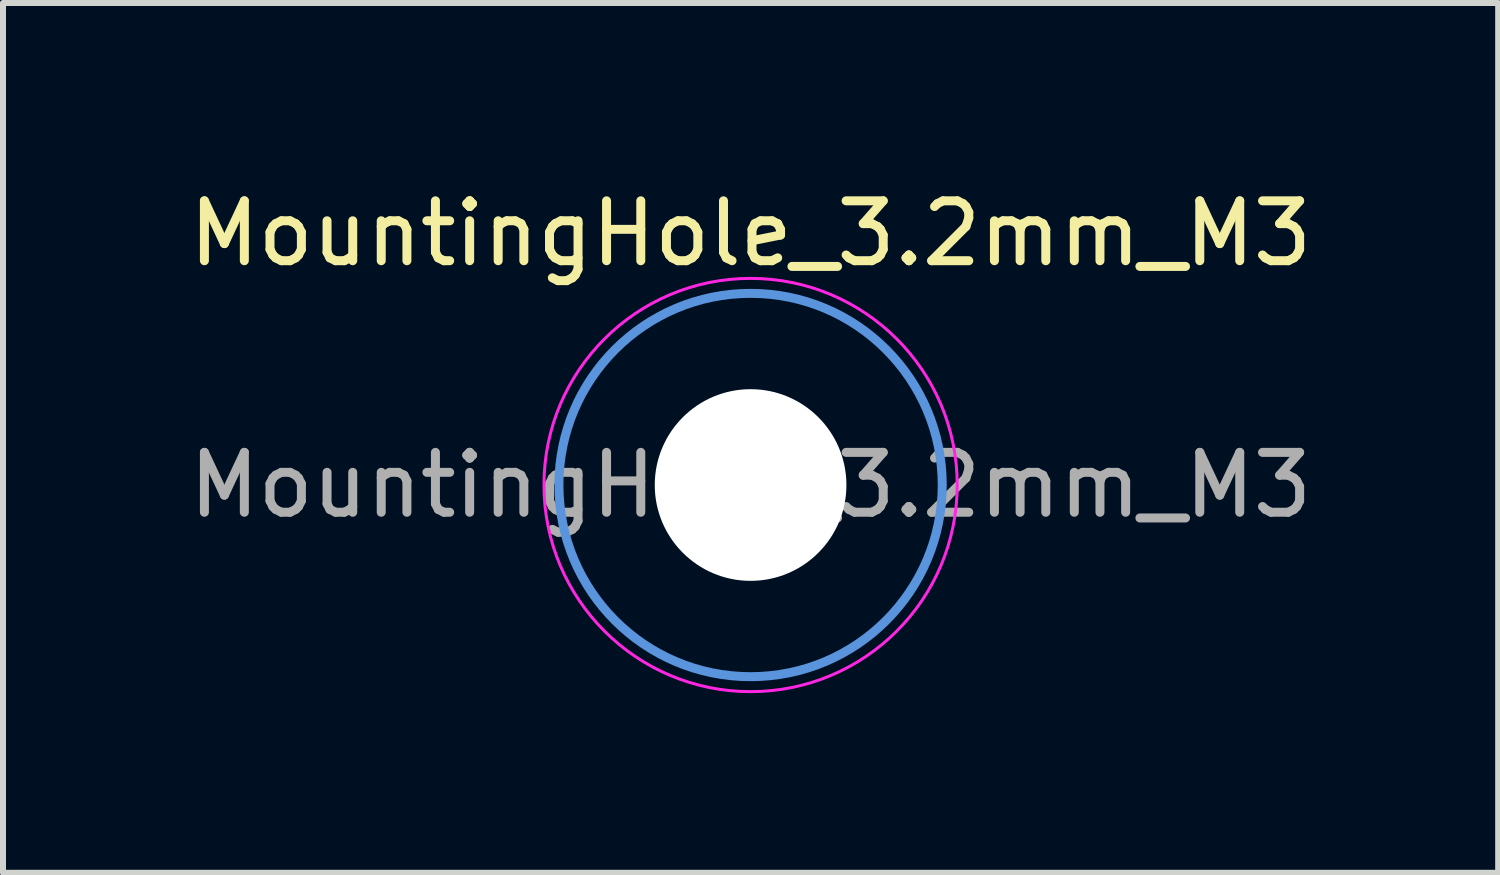
<source format=kicad_pcb>
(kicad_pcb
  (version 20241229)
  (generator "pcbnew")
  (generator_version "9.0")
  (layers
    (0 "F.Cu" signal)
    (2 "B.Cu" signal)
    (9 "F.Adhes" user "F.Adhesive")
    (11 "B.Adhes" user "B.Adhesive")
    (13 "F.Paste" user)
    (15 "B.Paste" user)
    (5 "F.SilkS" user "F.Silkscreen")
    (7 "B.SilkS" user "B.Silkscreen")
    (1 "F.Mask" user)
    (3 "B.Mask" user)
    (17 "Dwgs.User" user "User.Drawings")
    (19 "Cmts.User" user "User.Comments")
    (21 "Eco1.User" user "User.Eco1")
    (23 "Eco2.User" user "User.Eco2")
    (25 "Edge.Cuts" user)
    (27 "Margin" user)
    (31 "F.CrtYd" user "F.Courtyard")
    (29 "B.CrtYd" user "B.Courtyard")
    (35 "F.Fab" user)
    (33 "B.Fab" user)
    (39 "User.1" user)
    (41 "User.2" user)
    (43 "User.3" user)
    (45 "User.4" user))
  (footprint "MountingHole_3.2mm_M3"
    (layer "F.Cu")
    (at 9.482 5.048)
    (property "Reference" "MountingHole_3.2mm_M3" (at 0 -4.2 180) (layer "F.SilkS") (effects (font (size 1 1) (thickness 0.15))))
    (attr exclude_from_pos_files exclude_from_bom)
    (fp_circle (center 0 0) (end 3.2 0) (stroke (width 0.15) (type solid)) (fill no) (layer "Cmts.User"))
    (fp_circle (center 0 0) (end 3.45 0) (stroke (width 0.05) (type solid)) (fill no) (layer "F.CrtYd"))
    (fp_text user "${REFERENCE}" (at 0 0 180) (layer "F.Fab") (effects (font (size 1 1) (thickness 0.15))))
    (pad "" np_thru_hole circle (at 0 0) (size 3.2 3.2) (drill 3.2) (layers "*.Cu" "*.Mask")))
  (gr_rect
    (start -3 -3)
    (end 21.964 11.523)
    (stroke (width 0.1) (type default))
    (fill no)
    (layer "Edge.Cuts")))
</source>
